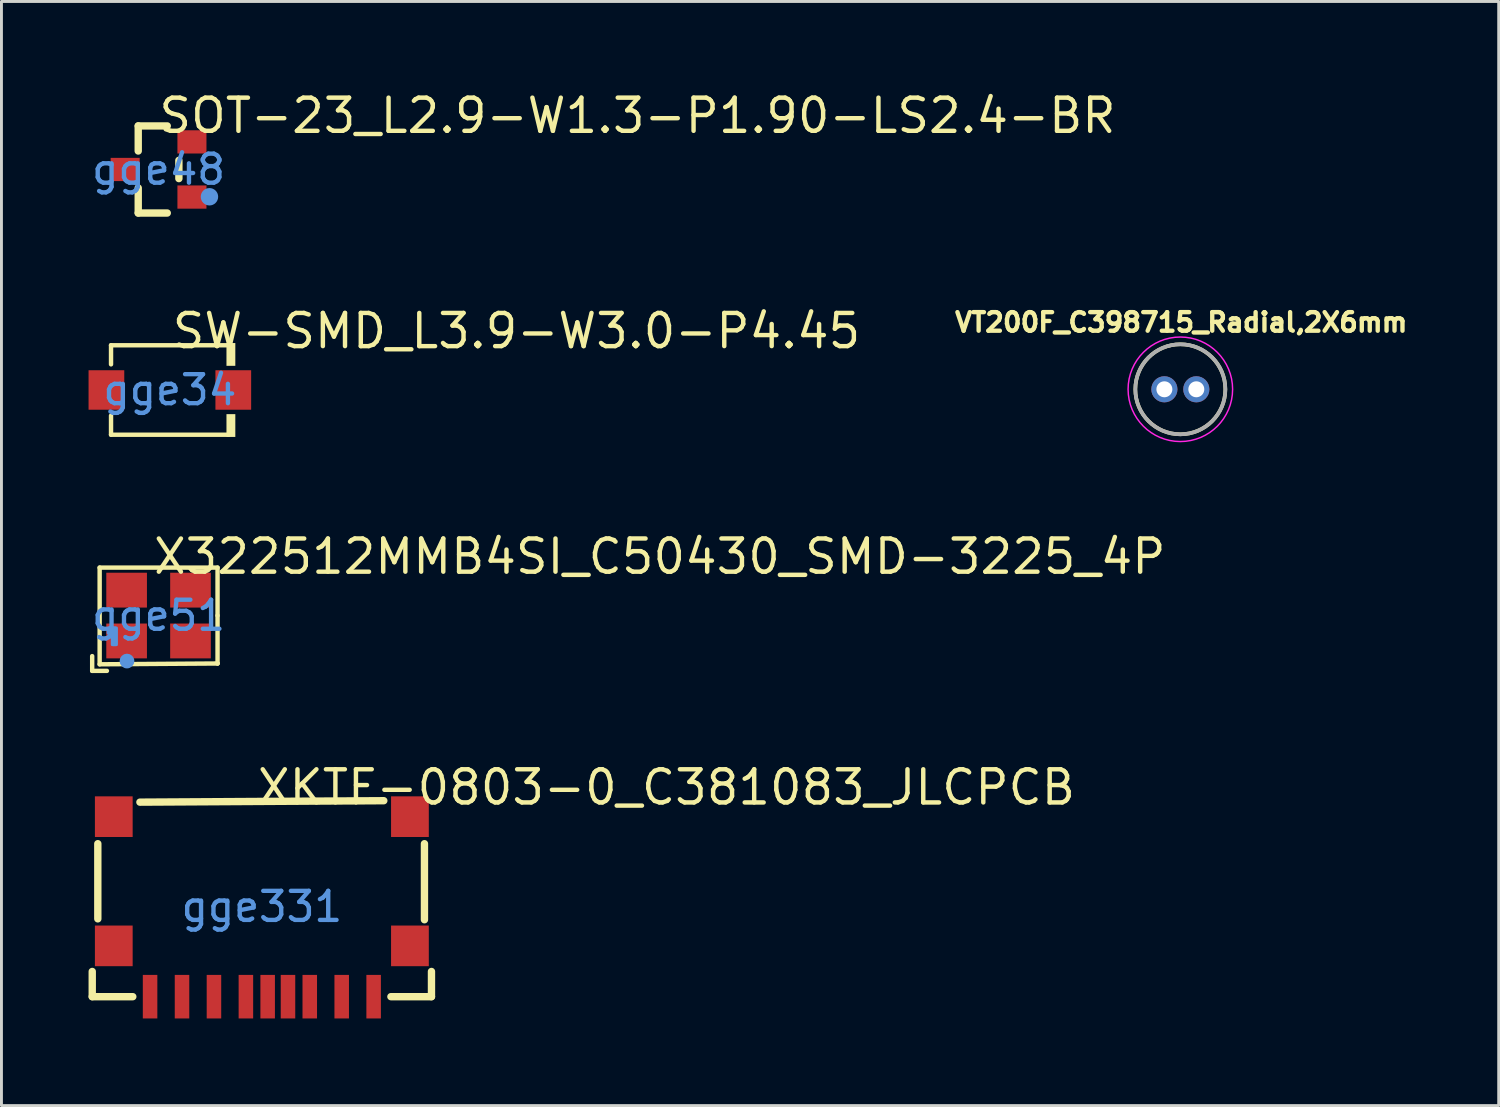
<source format=kicad_pcb>
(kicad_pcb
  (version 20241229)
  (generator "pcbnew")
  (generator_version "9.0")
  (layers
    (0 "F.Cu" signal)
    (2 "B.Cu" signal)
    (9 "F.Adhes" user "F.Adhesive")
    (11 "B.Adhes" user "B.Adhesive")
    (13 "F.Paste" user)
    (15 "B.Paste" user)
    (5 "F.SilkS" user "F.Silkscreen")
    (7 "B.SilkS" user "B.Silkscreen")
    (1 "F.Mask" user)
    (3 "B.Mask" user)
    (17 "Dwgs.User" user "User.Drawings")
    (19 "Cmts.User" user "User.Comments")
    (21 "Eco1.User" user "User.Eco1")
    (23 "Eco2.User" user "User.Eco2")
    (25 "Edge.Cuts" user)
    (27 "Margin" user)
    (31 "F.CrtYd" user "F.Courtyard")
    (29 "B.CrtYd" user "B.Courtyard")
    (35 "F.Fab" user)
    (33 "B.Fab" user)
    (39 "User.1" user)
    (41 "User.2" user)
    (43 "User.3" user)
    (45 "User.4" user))
  (footprint "SOT-23_L2.9-W1.3-P1.90-LS2.4-BR"
    (layer "F.Cu")
    (at 2.411 2.787)
    (property "Reference" "SOT-23_L2.9-W1.3-P1.90-LS2.4-BR" (at -0.07 -1.852 0) (layer "F.SilkS") (effects (font (size 1.143 1.143) (thickness 0.152)) (justify left)))
    (attr smd)
    (fp_line (start -0.7 -1.5) (end 0.3 -1.5) (stroke (width 0.254) (type solid)) (layer "F.SilkS"))
    (fp_line (start -0.7 -0.636) (end -0.7 -1.5) (stroke (width 0.254) (type solid)) (layer "F.SilkS"))
    (fp_line (start -0.7 1.5) (end -0.7 0.636) (stroke (width 0.254) (type solid)) (layer "F.SilkS"))
    (fp_line (start -0.7 1.5) (end 0.3 1.5) (stroke (width 0.254) (type solid)) (layer "F.SilkS"))
    (fp_line (start 0.7 0.314) (end 0.7 -0.314) (stroke (width 0.254) (type solid)) (layer "F.SilkS"))
    (fp_circle (center 1.753 0.94) (end 1.903 0.94) (stroke (width 0.3) (type solid)) (fill no) (layer "Cmts.User"))
    (fp_text user "gge48" (at 0 0 0) (layer "Cmts.User") (effects (font (size 1 1) (thickness 0.15))))
    (pad "1" smd rect (at 1.15 0.95 180) (size 1 0.8) (layers "F.Cu" "F.Mask" "F.Paste"))
    (pad "2" smd rect (at 1.15 -0.95 180) (size 1 0.8) (layers "F.Cu" "F.Mask" "F.Paste"))
    (pad "3" smd rect (at -1.15 0 180) (size 1 0.8) (layers "F.Cu" "F.Mask" "F.Paste")))
  (footprint "SW-SMD_L3.9-W3.0-P4.45"
    (layer "F.Cu")
    (at 2.8 10.382)
    (property "Reference" "SW-SMD_L3.9-W3.0-P4.45" (at 0 -2.032 0) (layer "F.SilkS") (effects (font (size 1.143 1.143) (thickness 0.152)) (justify left)))
    (attr smd)
    (fp_line (start -2.026 -1.541) (end -2.026 -0.883) (stroke (width 0.152) (type solid)) (layer "F.SilkS"))
    (fp_line (start -2.026 1.541) (end -2.026 0.883) (stroke (width 0.152) (type solid)) (layer "F.SilkS"))
    (fp_line (start 2.026 -1.541) (end -2.026 -1.541) (stroke (width 0.152) (type solid)) (layer "F.SilkS"))
    (fp_line (start 2.026 1.541) (end -2.026 1.541) (stroke (width 0.152) (type solid)) (layer "F.SilkS"))
    (fp_poly (pts (xy 1.95 -1.617) (xy 1.95 -0.832) (xy 2.255 -0.832) (xy 2.255 -1.617)) (stroke (width 0) (type solid)) (fill yes) (layer "F.SilkS"))
    (fp_poly (pts (xy 1.95 1.617) (xy 1.95 0.832) (xy 2.255 0.832) (xy 2.255 1.617)) (stroke (width 0) (type solid)) (fill yes) (layer "F.SilkS"))
    (fp_text user "gge34" (at 0 0 0) (layer "Cmts.User") (effects (font (size 1 1) (thickness 0.15))))
    (pad "1" smd rect (at -2.185 0) (size 1.23 1.36) (layers "F.Cu" "F.Mask" "F.Paste"))
    (pad "2" smd rect (at 2.185 0) (size 1.23 1.36) (layers "F.Cu" "F.Mask" "F.Paste")))
  (footprint "VT200F_C398715_Radial,2X6mm"
    (layer "F.Cu")
    (at 37.604 10.358)
    (property "Reference" "VT200F_C398715_Radial,2X6mm" (at 0.032 -2.306 0) (layer "F.SilkS") (effects (font (size 0.64 0.64) (thickness 0.15))))
    (attr through_hole)
    (fp_circle (center 0 0) (end 1.55 0) (stroke (width 0.127) (type solid)) (fill no) (layer "F.SilkS"))
    (fp_circle (center 0 0) (end 1.8 0) (stroke (width 0.05) (type solid)) (fill no) (layer "F.CrtYd"))
    (fp_circle (center 0 0) (end 1.55 0) (stroke (width 0.127) (type solid)) (fill no) (layer "F.Fab"))
    (pad "1" thru_hole circle (at -0.55 0) (size 0.9 0.9) (drill 0.55) (layers "*.Cu" "*.Mask"))
    (pad "2" thru_hole circle (at 0.55 0) (size 0.9 0.9) (drill 0.55) (layers "*.Cu" "*.Mask")))
  (footprint "XKTF-0803-0_C381083_JLCPCB"
    (layer "F.Cu")
    (at 5.969 28.178)
    (property "Reference" "XKTF-0803-0_C381083_JLCPCB" (at -0.234 -4.111 0) (layer "F.SilkS") (effects (font (size 1.143 1.143) (thickness 0.152)) (justify left)))
    (attr smd)
    (fp_line (start -5.842 3.1) (end -5.842 2.232) (stroke (width 0.254) (type solid)) (layer "F.SilkS"))
    (fp_line (start -5.65 0.419) (end -5.65 -2.169) (stroke (width 0.254) (type solid)) (layer "F.SilkS"))
    (fp_line (start -4.445 3.1) (end -5.842 3.1) (stroke (width 0.254) (type solid)) (layer "F.SilkS"))
    (fp_line (start -4.2 -3.6) (end 4.2 -3.65) (stroke (width 0.254) (type solid)) (layer "F.SilkS"))
    (fp_line (start 5.6 -2.169) (end 5.6 0.45) (stroke (width 0.254) (type solid)) (layer "F.SilkS"))
    (fp_line (start 5.842 2.232) (end 5.842 3.1) (stroke (width 0.254) (type solid)) (layer "F.SilkS"))
    (fp_line (start 5.842 3.1) (end 4.445 3.1) (stroke (width 0.254) (type solid)) (layer "F.SilkS"))
    (fp_text user "gge331" (at 0 0 0) (layer "Cmts.User") (effects (font (size 1 1) (thickness 0.15))))
    (pad "1" smd rect (at 3.85 3.1) (size 0.5 1.5) (layers "F.Cu" "F.Mask" "F.Paste"))
    (pad "2" smd rect (at 2.75 3.1) (size 0.5 1.5) (layers "F.Cu" "F.Mask" "F.Paste"))
    (pad "3" smd rect (at 1.65 3.1) (size 0.5 1.5) (layers "F.Cu" "F.Mask" "F.Paste"))
    (pad "4" smd rect (at 0.9 3.1) (size 0.5 1.5) (layers "F.Cu" "F.Mask" "F.Paste"))
    (pad "5" smd rect (at -0.55 3.1) (size 0.5 1.5) (layers "F.Cu" "F.Mask" "F.Paste"))
    (pad "6" smd rect (at -1.65 3.1) (size 0.5 1.5) (layers "F.Cu" "F.Mask" "F.Paste"))
    (pad "7" smd rect (at -2.75 3.1) (size 0.5 1.5) (layers "F.Cu" "F.Mask" "F.Paste"))
    (pad "8" smd rect (at -3.85 3.1) (size 0.5 1.5) (layers "F.Cu" "F.Mask" "F.Paste"))
    (pad "9" smd rect (at 0.2 3.1) (size 0.5 1.5) (layers "F.Cu" "F.Mask" "F.Paste"))
    (pad "10" smd rect (at -5.1 1.35) (size 1.3 1.4) (layers "F.Cu" "F.Mask" "F.Paste"))
    (pad "11" smd rect (at -5.1 -3.1) (size 1.3 1.4) (layers "F.Cu" "F.Mask" "F.Paste"))
    (pad "12" smd rect (at 5.1 -3.1) (size 1.3 1.4) (layers "F.Cu" "F.Mask" "F.Paste"))
    (pad "13" smd rect (at 5.1 1.35) (size 1.3 1.4) (layers "F.Cu" "F.Mask" "F.Paste")))
  (footprint "X322512MMB4SI_C50430_SMD-3225_4P"
    (layer "F.Cu")
    (at 2.411 18.151)
    (property "Reference" "X322512MMB4SI_C50430_SMD-3225_4P" (at -0.254 -2.032 0) (layer "F.SilkS") (effects (font (size 1.143 1.143) (thickness 0.152)) (justify left)))
    (attr smd)
    (fp_line (start -2.286 1.397) (end -2.286 1.905) (stroke (width 0.152) (type solid)) (layer "F.SilkS"))
    (fp_line (start -2.286 1.905) (end -1.778 1.905) (stroke (width 0.152) (type solid)) (layer "F.SilkS"))
    (fp_line (start -2.029 -1.651) (end 2.032 -1.651) (stroke (width 0.152) (type solid)) (layer "F.SilkS"))
    (fp_line (start -2.029 1.679) (end -2.029 -1.651) (stroke (width 0.152) (type solid)) (layer "F.SilkS"))
    (fp_line (start 2.032 -1.651) (end 2.032 0) (stroke (width 0.152) (type solid)) (layer "F.SilkS"))
    (fp_line (start 2.032 0) (end 2.032 1.651) (stroke (width 0.152) (type solid)) (layer "F.SilkS"))
    (fp_line (start 2.032 1.651) (end -2.029 1.679) (stroke (width 0.152) (type solid)) (layer "F.SilkS"))
    (fp_line (start 2.032 1.651) (end 2.032 1.651) (stroke (width 0.152) (type solid)) (layer "F.SilkS"))
    (fp_circle (center -1.088 1.567) (end -0.961 1.567) (stroke (width 0.254) (type solid)) (fill no) (layer "Cmts.User"))
    (fp_poly (pts (xy -1.738 0.536) (xy -1.702 0.536) (xy -1.702 0.608) (xy -1.738 0.608)) (stroke (width 0.1) (type solid)) (fill no) (layer "Cmts.User"))
    (fp_poly (pts (xy -1.702 0.536) (xy -1.666 0.536) (xy -1.666 0.608) (xy -1.702 0.608)) (stroke (width 0.1) (type solid)) (fill no) (layer "Cmts.User"))
    (fp_poly (pts (xy -1.666 0.5) (xy -1.63 0.5) (xy -1.63 0.608) (xy -1.666 0.608)) (stroke (width 0.1) (type solid)) (fill no) (layer "Cmts.User"))
    (fp_poly (pts (xy -1.63 0.464) (xy -1.594 0.464) (xy -1.594 0.572) (xy -1.63 0.572)) (stroke (width 0.1) (type solid)) (fill no) (layer "Cmts.User"))
    (fp_poly (pts (xy -1.594 0.464) (xy -1.558 0.464) (xy -1.558 1.004) (xy -1.594 1.004)) (stroke (width 0.1) (type solid)) (fill no) (layer "Cmts.User"))
    (fp_poly (pts (xy -1.558 0.428) (xy -1.522 0.428) (xy -1.522 1.004) (xy -1.558 1.004)) (stroke (width 0.1) (type solid)) (fill no) (layer "Cmts.User"))
    (fp_poly (pts (xy -1.522 0.428) (xy -1.486 0.428) (xy -1.486 1.004) (xy -1.522 1.004)) (stroke (width 0.1) (type solid)) (fill no) (layer "Cmts.User"))
    (fp_poly (pts (xy -1.486 0.428) (xy -1.45 0.428) (xy -1.45 1.004) (xy -1.486 1.004)) (stroke (width 0.1) (type solid)) (fill no) (layer "Cmts.User"))
    (fp_text user "gge51" (at 0 0 0) (layer "Cmts.User") (effects (font (size 1 1) (thickness 0.15))))
    (pad "1" smd rect (at -1.1 0.875) (size 1.4 1.2) (layers "F.Cu" "F.Mask" "F.Paste"))
    (pad "2" smd rect (at 1.1 0.875) (size 1.4 1.2) (layers "F.Cu" "F.Mask" "F.Paste"))
    (pad "3" smd rect (at 1.1 -0.875) (size 1.4 1.2) (layers "F.Cu" "F.Mask" "F.Paste"))
    (pad "4" smd rect (at -1.1 -0.875) (size 1.4 1.2) (layers "F.Cu" "F.Mask" "F.Paste")))
  (gr_rect
    (start -3 -3)
    (end 48.569 35.028)
    (stroke (width 0.1) (type default))
    (fill no)
    (layer "Edge.Cuts")))
</source>
